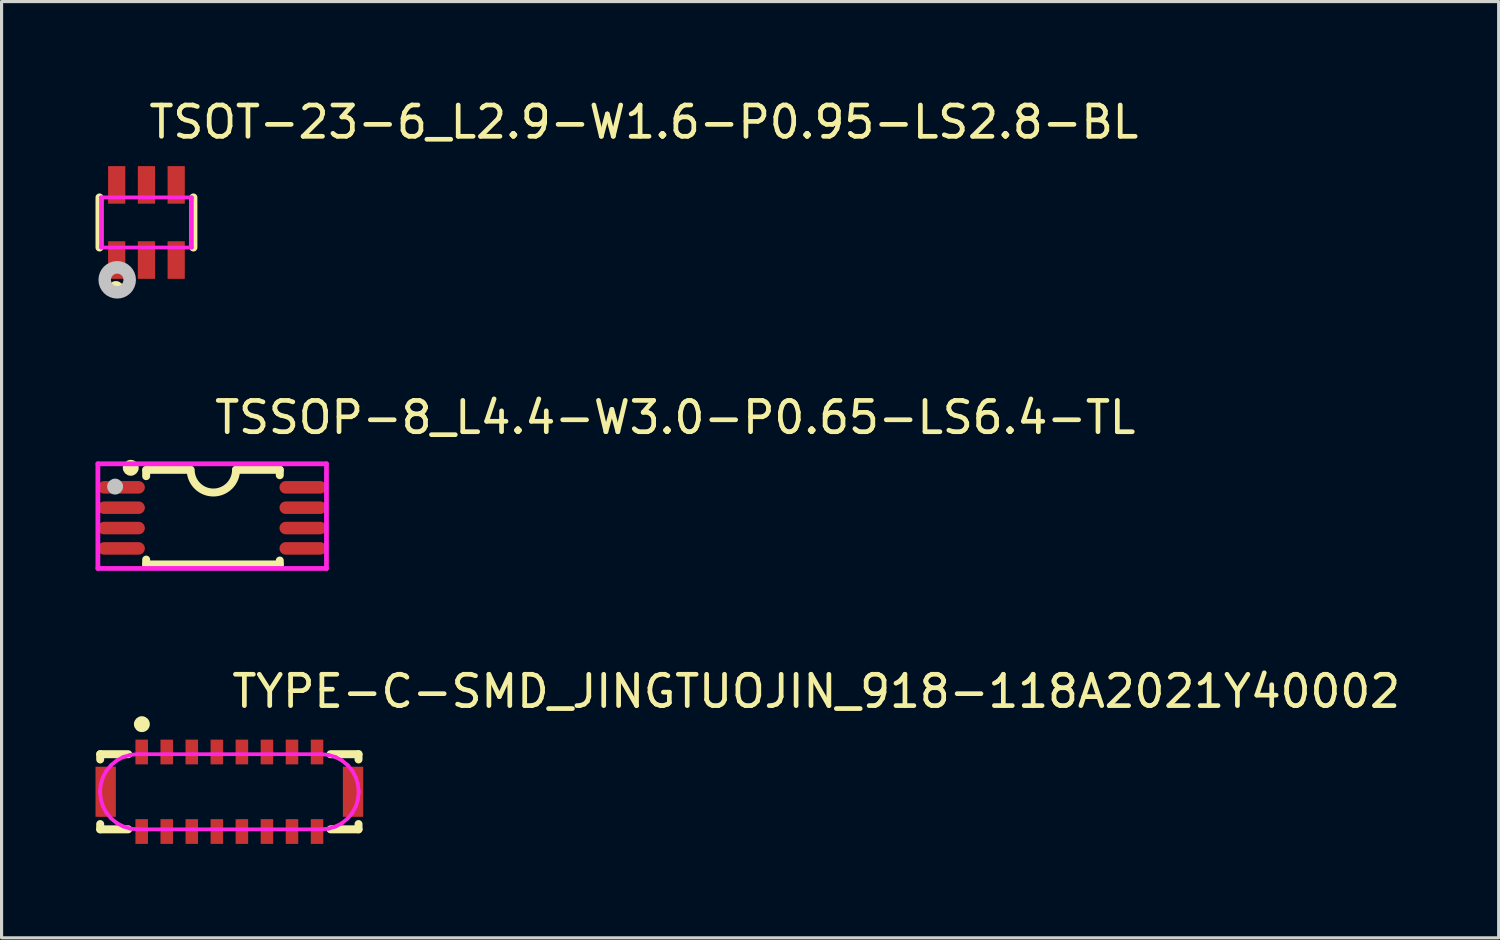
<source format=kicad_pcb>
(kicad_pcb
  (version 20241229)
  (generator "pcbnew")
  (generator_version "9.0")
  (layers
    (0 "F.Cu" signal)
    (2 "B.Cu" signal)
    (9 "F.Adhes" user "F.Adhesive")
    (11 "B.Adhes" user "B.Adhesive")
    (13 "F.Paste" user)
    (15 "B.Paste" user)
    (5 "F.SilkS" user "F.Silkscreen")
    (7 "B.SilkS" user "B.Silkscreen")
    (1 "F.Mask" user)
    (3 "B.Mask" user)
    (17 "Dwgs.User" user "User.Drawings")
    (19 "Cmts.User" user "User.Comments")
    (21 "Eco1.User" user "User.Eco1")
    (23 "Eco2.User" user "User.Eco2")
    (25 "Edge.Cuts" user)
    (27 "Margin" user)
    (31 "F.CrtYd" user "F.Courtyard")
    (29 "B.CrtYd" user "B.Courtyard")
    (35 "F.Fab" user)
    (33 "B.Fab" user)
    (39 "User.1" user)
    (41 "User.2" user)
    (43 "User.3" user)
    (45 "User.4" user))
  (footprint "TSOT-23-6_L2.9-W1.6-P0.95-LS2.8-BL"
    (layer "F.Cu")
    (at 1.627 4.055)
    (property "Reference" "TSOT-23-6_L2.9-W1.6-P0.95-LS2.8-BL" (at 0 -3.207 0) (layer "F.SilkS") (effects (font (size 1 1) (thickness 0.15)) (justify left)))
    (attr through_hole)
    (fp_line (start -1.5 0.8) (end -1.5 -0.8) (stroke (width 0.254) (type solid)) (layer "F.SilkS"))
    (fp_line (start 1.5 -0.8) (end 1.5 0.8) (stroke (width 0.254) (type solid)) (layer "F.SilkS"))
    (fp_circle (center -0.975 2.125) (end -0.848 2.125) (stroke (width 0.254) (type solid)) (fill no) (layer "F.SilkS"))
    (fp_circle (center -0.934 1.832) (end -0.735 1.832) (stroke (width 0.4) (type solid)) (fill no) (layer "Dwgs.User"))
    (fp_line (start -1.137 -1.01) (end -0.762 -1.01) (stroke (width 0.12) (type solid)) (layer "Eco2.User"))
    (fp_line (start -1.137 -0.79) (end -1.137 -1.01) (stroke (width 0.12) (type solid)) (layer "Eco2.User"))
    (fp_line (start -1.137 0.79) (end -0.762 0.79) (stroke (width 0.12) (type solid)) (layer "Eco2.User"))
    (fp_line (start -1.137 1.01) (end -1.137 0.79) (stroke (width 0.12) (type solid)) (layer "Eco2.User"))
    (fp_line (start -0.762 -1.01) (end -0.762 -0.79) (stroke (width 0.12) (type solid)) (layer "Eco2.User"))
    (fp_line (start -0.762 -0.79) (end -1.137 -0.79) (stroke (width 0.12) (type solid)) (layer "Eco2.User"))
    (fp_line (start -0.762 0.79) (end -0.762 1.01) (stroke (width 0.12) (type solid)) (layer "Eco2.User"))
    (fp_line (start -0.762 1.01) (end -1.137 1.01) (stroke (width 0.12) (type solid)) (layer "Eco2.User"))
    (fp_line (start -0.188 -1.01) (end 0.188 -1.01) (stroke (width 0.12) (type solid)) (layer "Eco2.User"))
    (fp_line (start -0.188 -0.79) (end -0.188 -1.01) (stroke (width 0.12) (type solid)) (layer "Eco2.User"))
    (fp_line (start -0.188 0.79) (end 0.188 0.79) (stroke (width 0.12) (type solid)) (layer "Eco2.User"))
    (fp_line (start -0.188 1.01) (end -0.188 0.79) (stroke (width 0.12) (type solid)) (layer "Eco2.User"))
    (fp_line (start 0.188 -1.01) (end 0.188 -0.79) (stroke (width 0.12) (type solid)) (layer "Eco2.User"))
    (fp_line (start 0.188 -0.79) (end -0.188 -0.79) (stroke (width 0.12) (type solid)) (layer "Eco2.User"))
    (fp_line (start 0.188 0.79) (end 0.188 1.01) (stroke (width 0.12) (type solid)) (layer "Eco2.User"))
    (fp_line (start 0.188 1.01) (end -0.188 1.01) (stroke (width 0.12) (type solid)) (layer "Eco2.User"))
    (fp_line (start 0.762 -1.01) (end 1.137 -1.01) (stroke (width 0.12) (type solid)) (layer "Eco2.User"))
    (fp_line (start 0.762 -0.79) (end 0.762 -1.01) (stroke (width 0.12) (type solid)) (layer "Eco2.User"))
    (fp_line (start 0.762 0.79) (end 1.137 0.79) (stroke (width 0.12) (type solid)) (layer "Eco2.User"))
    (fp_line (start 0.762 1.01) (end 0.762 0.79) (stroke (width 0.12) (type solid)) (layer "Eco2.User"))
    (fp_line (start 1.137 -1.01) (end 1.137 -0.79) (stroke (width 0.12) (type solid)) (layer "Eco2.User"))
    (fp_line (start 1.137 -0.79) (end 0.762 -0.79) (stroke (width 0.12) (type solid)) (layer "Eco2.User"))
    (fp_line (start 1.137 0.79) (end 1.137 1.01) (stroke (width 0.12) (type solid)) (layer "Eco2.User"))
    (fp_line (start 1.137 1.01) (end 0.762 1.01) (stroke (width 0.12) (type solid)) (layer "Eco2.User"))
    (fp_circle (center -1.45 1.4) (end -1.42 1.4) (stroke (width 0.06) (type solid)) (fill no) (layer "Eco2.User"))
    (fp_poly (pts (xy -1.137 -1) (xy -1.137 -1.4) (xy -0.762 -1.4) (xy -0.762 -1)) (stroke (width 0.12) (type solid)) (fill no) (layer "Eco2.User"))
    (fp_poly (pts (xy -1.137 1.4) (xy -1.137 1) (xy -0.762 1) (xy -0.762 1.4)) (stroke (width 0.12) (type solid)) (fill no) (layer "Eco2.User"))
    (fp_poly (pts (xy -0.188 -1) (xy -0.188 -1.4) (xy 0.188 -1.4) (xy 0.188 -1)) (stroke (width 0.12) (type solid)) (fill no) (layer "Eco2.User"))
    (fp_poly (pts (xy -0.188 1.4) (xy -0.188 1) (xy 0.188 1) (xy 0.188 1.4)) (stroke (width 0.12) (type solid)) (fill no) (layer "Eco2.User"))
    (fp_poly (pts (xy 0.762 -1) (xy 0.762 -1.4) (xy 1.137 -1.4) (xy 1.137 -1)) (stroke (width 0.12) (type solid)) (fill no) (layer "Eco2.User"))
    (fp_poly (pts (xy 0.762 1.4) (xy 0.762 1) (xy 1.137 1) (xy 1.137 1.4)) (stroke (width 0.12) (type solid)) (fill no) (layer "Eco2.User"))
    (fp_line (start -1.45 -0.8) (end -1.45 0.8) (stroke (width 0.12) (type solid)) (layer "F.CrtYd"))
    (fp_line (start -1.45 0.8) (end 1.45 0.8) (stroke (width 0.12) (type solid)) (layer "F.CrtYd"))
    (fp_line (start 1.45 -0.8) (end -1.45 -0.8) (stroke (width 0.12) (type solid)) (layer "F.CrtYd"))
    (fp_line (start 1.45 0.8) (end 1.45 -0.8) (stroke (width 0.12) (type solid)) (layer "F.CrtYd"))
    (pad "1" smd rect (at -0.95 1.2) (size 0.55 1.2) (layers "F.Cu" "F.Mask" "F.Paste"))
    (pad "2" smd rect (at 0 1.2) (size 0.55 1.2) (layers "F.Cu" "F.Mask" "F.Paste"))
    (pad "3" smd rect (at 0.95 1.2) (size 0.55 1.2) (layers "F.Cu" "F.Mask" "F.Paste"))
    (pad "4" smd rect (at 0.95 -1.2) (size 0.55 1.2) (layers "F.Cu" "F.Mask" "F.Paste"))
    (pad "5" smd rect (at 0 -1.2) (size 0.55 1.2) (layers "F.Cu" "F.Mask" "F.Paste"))
    (pad "6" smd rect (at -0.95 -1.2) (size 0.55 1.2) (layers "F.Cu" "F.Mask" "F.Paste")))
  (footprint "TSSOP-8_L4.4-W3.0-P0.65-LS6.4-TL"
    (layer "F.Cu")
    (at 3.726 13.489)
    (property "Reference" "TSSOP-8_L4.4-W3.0-P0.65-LS6.4-TL" (at 0 -3.207 0) (layer "F.SilkS") (effects (font (size 1 1) (thickness 0.15)) (justify left)))
    (attr through_hole)
    (fp_line (start -2.108 -1.534) (end -0.711 -1.534) (stroke (width 0.254) (type solid)) (layer "F.SilkS"))
    (fp_line (start -2.108 -1.332) (end -2.108 -1.509) (stroke (width 0.254) (type solid)) (layer "F.SilkS"))
    (fp_line (start -2.108 1.488) (end -2.108 1.332) (stroke (width 0.254) (type solid)) (layer "F.SilkS"))
    (fp_line (start 0.762 -1.534) (end 2.159 -1.534) (stroke (width 0.254) (type solid)) (layer "F.SilkS"))
    (fp_line (start 2.159 -1.534) (end 2.159 -1.362) (stroke (width 0.254) (type solid)) (layer "F.SilkS"))
    (fp_line (start 2.159 1.362) (end 2.159 1.488) (stroke (width 0.254) (type solid)) (layer "F.SilkS"))
    (fp_line (start 2.159 1.488) (end -2.108 1.488) (stroke (width 0.254) (type solid)) (layer "F.SilkS"))
    (fp_arc (start -2.473 -1.594) (mid -2.727102 -1.603183) (end -2.472859 -1.599635) (stroke (width 0.254) (type solid)) (layer "F.SilkS"))
    (fp_arc (start 0.762 -1.534) (mid 0.038 -0.81) (end -0.686 -1.534) (stroke (width 0.254) (type solid)) (layer "F.SilkS"))
    (fp_arc (start -2.973 -0.994) (mid -3.227102 -1.003183) (end -2.972859 -0.999635) (stroke (width 0.254) (type solid)) (layer "Dwgs.User"))
    (fp_line (start -3.65 -1.727) (end 3.65 -1.727) (stroke (width 0.152) (type solid)) (layer "F.CrtYd"))
    (fp_line (start -3.65 1.615) (end -3.65 -1.727) (stroke (width 0.152) (type solid)) (layer "F.CrtYd"))
    (fp_line (start 3.65 -1.727) (end 3.65 1.615) (stroke (width 0.152) (type solid)) (layer "F.CrtYd"))
    (fp_line (start 3.65 1.615) (end -3.65 1.615) (stroke (width 0.152) (type solid)) (layer "F.CrtYd"))
    (pad "1" smd oval (at -2.9 -0.975 90) (size 0.4 1.5) (layers "F.Cu" "F.Mask" "F.Paste"))
    (pad "2" smd oval (at -2.9 -0.325 90) (size 0.4 1.5) (layers "F.Cu" "F.Mask" "F.Paste"))
    (pad "3" smd oval (at -2.9 0.325 90) (size 0.4 1.5) (layers "F.Cu" "F.Mask" "F.Paste"))
    (pad "4" smd oval (at -2.9 0.975 90) (size 0.4 1.5) (layers "F.Cu" "F.Mask" "F.Paste"))
    (pad "5" smd oval (at 2.9 0.975 90) (size 0.4 1.5) (layers "F.Cu" "F.Mask" "F.Paste"))
    (pad "6" smd oval (at 2.9 0.325 90) (size 0.4 1.5) (layers "F.Cu" "F.Mask" "F.Paste"))
    (pad "7" smd oval (at 2.9 -0.325 90) (size 0.4 1.5) (layers "F.Cu" "F.Mask" "F.Paste"))
    (pad "8" smd oval (at 2.9 -0.975 90) (size 0.4 1.5) (layers "F.Cu" "F.Mask" "F.Paste")))
  (footprint "TYPE-C-SMD_JINGTUOJIN_918-118A2021Y40002"
    (layer "F.Cu")
    (at 4.275 22.236)
    (property "Reference" "TYPE-C-SMD_JINGTUOJIN_918-118A2021Y40002" (at 0 -3.207 0) (layer "F.SilkS") (effects (font (size 1 1) (thickness 0.15)) (justify left)))
    (attr through_hole)
    (fp_line (start -4.125 -1.2) (end -4.125 -1.031) (stroke (width 0.254) (type solid)) (layer "F.SilkS"))
    (fp_line (start -4.125 -1.2) (end -3.231 -1.2) (stroke (width 0.254) (type solid)) (layer "F.SilkS"))
    (fp_line (start -4.125 1.031) (end -4.125 1.2) (stroke (width 0.254) (type solid)) (layer "F.SilkS"))
    (fp_line (start -4.125 1.2) (end -3.231 1.2) (stroke (width 0.254) (type solid)) (layer "F.SilkS"))
    (fp_line (start 3.231 -1.2) (end 4.125 -1.2) (stroke (width 0.254) (type solid)) (layer "F.SilkS"))
    (fp_line (start 3.231 1.2) (end 4.125 1.2) (stroke (width 0.254) (type solid)) (layer "F.SilkS"))
    (fp_line (start 4.125 -1.2) (end 4.125 -1.031) (stroke (width 0.254) (type solid)) (layer "F.SilkS"))
    (fp_line (start 4.125 1.031) (end 4.125 1.2) (stroke (width 0.254) (type solid)) (layer "F.SilkS"))
    (fp_circle (center -2.794 -2.159) (end -2.667 -2.159) (stroke (width 0.254) (type solid)) (fill no) (layer "F.SilkS"))
    (fp_circle (center -4.13 -1.44) (end -4.1 -1.44) (stroke (width 0.06) (type solid)) (fill no) (layer "Eco2.User"))
    (fp_poly (pts (xy -2.925 -1.44) (xy -2.675 -1.44) (xy -2.675 -0.94) (xy -2.925 -0.94)) (stroke (width 0.12) (type solid)) (fill no) (layer "Eco2.User"))
    (fp_poly (pts (xy -2.925 0.94) (xy -2.675 0.94) (xy -2.675 1.44) (xy -2.925 1.44)) (stroke (width 0.12) (type solid)) (fill no) (layer "Eco2.User"))
    (fp_poly (pts (xy -2.125 -1.44) (xy -1.875 -1.44) (xy -1.875 -0.94) (xy -2.125 -0.94)) (stroke (width 0.12) (type solid)) (fill no) (layer "Eco2.User"))
    (fp_poly (pts (xy -2.125 0.94) (xy -1.875 0.94) (xy -1.875 1.44) (xy -2.125 1.44)) (stroke (width 0.12) (type solid)) (fill no) (layer "Eco2.User"))
    (fp_poly (pts (xy -1.325 -1.44) (xy -1.075 -1.44) (xy -1.075 -0.94) (xy -1.325 -0.94)) (stroke (width 0.12) (type solid)) (fill no) (layer "Eco2.User"))
    (fp_poly (pts (xy -1.325 0.94) (xy -1.075 0.94) (xy -1.075 1.44) (xy -1.325 1.44)) (stroke (width 0.12) (type solid)) (fill no) (layer "Eco2.User"))
    (fp_poly (pts (xy -0.525 -1.44) (xy -0.275 -1.44) (xy -0.275 -0.94) (xy -0.525 -0.94)) (stroke (width 0.12) (type solid)) (fill no) (layer "Eco2.User"))
    (fp_poly (pts (xy -0.525 0.94) (xy -0.275 0.94) (xy -0.275 1.44) (xy -0.525 1.44)) (stroke (width 0.12) (type solid)) (fill no) (layer "Eco2.User"))
    (fp_poly (pts (xy 0.275 -1.44) (xy 0.525 -1.44) (xy 0.525 -0.94) (xy 0.275 -0.94)) (stroke (width 0.12) (type solid)) (fill no) (layer "Eco2.User"))
    (fp_poly (pts (xy 0.275 0.94) (xy 0.525 0.94) (xy 0.525 1.44) (xy 0.275 1.44)) (stroke (width 0.12) (type solid)) (fill no) (layer "Eco2.User"))
    (fp_poly (pts (xy 1.075 -1.44) (xy 1.325 -1.44) (xy 1.325 -0.94) (xy 1.075 -0.94)) (stroke (width 0.12) (type solid)) (fill no) (layer "Eco2.User"))
    (fp_poly (pts (xy 1.075 0.94) (xy 1.325 0.94) (xy 1.325 1.44) (xy 1.075 1.44)) (stroke (width 0.12) (type solid)) (fill no) (layer "Eco2.User"))
    (fp_poly (pts (xy 1.875 -1.44) (xy 2.125 -1.44) (xy 2.125 -0.94) (xy 1.875 -0.94)) (stroke (width 0.12) (type solid)) (fill no) (layer "Eco2.User"))
    (fp_poly (pts (xy 1.875 0.94) (xy 2.125 0.94) (xy 2.125 1.44) (xy 1.875 1.44)) (stroke (width 0.12) (type solid)) (fill no) (layer "Eco2.User"))
    (fp_poly (pts (xy 2.67 -1.44) (xy 2.92 -1.44) (xy 2.92 -0.94) (xy 2.67 -0.94)) (stroke (width 0.12) (type solid)) (fill no) (layer "Eco2.User"))
    (fp_poly (pts (xy 2.67 0.94) (xy 2.92 0.94) (xy 2.92 1.44) (xy 2.67 1.44)) (stroke (width 0.12) (type solid)) (fill no) (layer "Eco2.User"))
    (fp_poly (pts (xy -3.66 0.79) (xy -3.81 0.79) (xy -3.942 0.63) (xy -4.039 0.447) (xy -4.1 0.248) (xy -4.12 0.042) (xy -4.12 -0.01) (xy -4.12 -0.066) (xy -4.1 -0.266) (xy -4.042 -0.458) (xy -3.947 -0.635) (xy -3.82 -0.79) (xy -3.815 -0.786) (xy -3.809 -0.783) (xy -3.803 -0.781) (xy -3.796 -0.78) (xy -3.65 -0.78) (xy -3.65 0.79)) (stroke (width 0.12) (type solid)) (fill no) (layer "Eco2.User"))
    (fp_poly (pts (xy 3.66 -0.79) (xy 3.81 -0.79) (xy 3.942 -0.63) (xy 4.039 -0.447) (xy 4.1 -0.248) (xy 4.12 -0.042) (xy 4.12 0.01) (xy 4.12 0.066) (xy 4.1 0.266) (xy 4.042 0.458) (xy 3.947 0.635) (xy 3.82 0.79) (xy 3.815 0.786) (xy 3.809 0.783) (xy 3.803 0.781) (xy 3.796 0.78) (xy 3.65 0.78) (xy 3.65 -0.79)) (stroke (width 0.12) (type solid)) (fill no) (layer "Eco2.User"))
    (fp_line (start -4.13 0) (end -4.13 0) (stroke (width 0.12) (type solid)) (layer "F.CrtYd"))
    (fp_line (start -4.13 0) (end -4.107 0.234) (stroke (width 0.12) (type solid)) (layer "F.CrtYd"))
    (fp_line (start -4.107 -0.234) (end -4.13 0) (stroke (width 0.12) (type solid)) (layer "F.CrtYd"))
    (fp_line (start -4.107 0.234) (end -4.039 0.459) (stroke (width 0.12) (type solid)) (layer "F.CrtYd"))
    (fp_line (start -4.039 -0.459) (end -4.107 -0.234) (stroke (width 0.12) (type solid)) (layer "F.CrtYd"))
    (fp_line (start -4.039 0.459) (end -3.928 0.667) (stroke (width 0.12) (type solid)) (layer "F.CrtYd"))
    (fp_line (start -3.928 -0.667) (end -4.039 -0.459) (stroke (width 0.12) (type solid)) (layer "F.CrtYd"))
    (fp_line (start -3.928 0.667) (end -3.778 0.849) (stroke (width 0.12) (type solid)) (layer "F.CrtYd"))
    (fp_line (start -3.778 -0.849) (end -3.928 -0.667) (stroke (width 0.12) (type solid)) (layer "F.CrtYd"))
    (fp_line (start -3.778 0.849) (end -3.597 0.998) (stroke (width 0.12) (type solid)) (layer "F.CrtYd"))
    (fp_line (start -3.597 -0.998) (end -3.778 -0.849) (stroke (width 0.12) (type solid)) (layer "F.CrtYd"))
    (fp_line (start -3.597 0.998) (end -3.389 1.109) (stroke (width 0.12) (type solid)) (layer "F.CrtYd"))
    (fp_line (start -3.389 -1.109) (end -3.597 -0.998) (stroke (width 0.12) (type solid)) (layer "F.CrtYd"))
    (fp_line (start -3.389 1.109) (end -3.164 1.177) (stroke (width 0.12) (type solid)) (layer "F.CrtYd"))
    (fp_line (start -3.164 -1.177) (end -3.389 -1.109) (stroke (width 0.12) (type solid)) (layer "F.CrtYd"))
    (fp_line (start -3.164 1.177) (end -2.93 1.2) (stroke (width 0.12) (type solid)) (layer "F.CrtYd"))
    (fp_line (start -2.93 -1.2) (end -3.164 -1.177) (stroke (width 0.12) (type solid)) (layer "F.CrtYd"))
    (fp_line (start -2.93 1.2) (end -2.92 1.2) (stroke (width 0.12) (type solid)) (layer "F.CrtYd"))
    (fp_line (start -2.92 1.2) (end 2.94 1.2) (stroke (width 0.12) (type solid)) (layer "F.CrtYd"))
    (fp_line (start 2.93 -1.2) (end -2.93 -1.2) (stroke (width 0.12) (type solid)) (layer "F.CrtYd"))
    (fp_line (start 2.94 1.2) (end 3.172 1.177) (stroke (width 0.12) (type solid)) (layer "F.CrtYd"))
    (fp_line (start 3.164 -1.177) (end 2.93 -1.2) (stroke (width 0.12) (type solid)) (layer "F.CrtYd"))
    (fp_line (start 3.172 1.177) (end 3.395 1.109) (stroke (width 0.12) (type solid)) (layer "F.CrtYd"))
    (fp_line (start 3.389 -1.109) (end 3.164 -1.177) (stroke (width 0.12) (type solid)) (layer "F.CrtYd"))
    (fp_line (start 3.395 1.109) (end 3.601 0.999) (stroke (width 0.12) (type solid)) (layer "F.CrtYd"))
    (fp_line (start 3.597 -0.998) (end 3.389 -1.109) (stroke (width 0.12) (type solid)) (layer "F.CrtYd"))
    (fp_line (start 3.601 0.999) (end 3.781 0.851) (stroke (width 0.12) (type solid)) (layer "F.CrtYd"))
    (fp_line (start 3.779 -0.849) (end 3.597 -0.998) (stroke (width 0.12) (type solid)) (layer "F.CrtYd"))
    (fp_line (start 3.781 0.851) (end 3.929 0.671) (stroke (width 0.12) (type solid)) (layer "F.CrtYd"))
    (fp_line (start 3.928 -0.667) (end 3.779 -0.849) (stroke (width 0.12) (type solid)) (layer "F.CrtYd"))
    (fp_line (start 3.929 0.671) (end 4.039 0.465) (stroke (width 0.12) (type solid)) (layer "F.CrtYd"))
    (fp_line (start 4.039 -0.459) (end 3.928 -0.667) (stroke (width 0.12) (type solid)) (layer "F.CrtYd"))
    (fp_line (start 4.039 0.465) (end 4.107 0.242) (stroke (width 0.12) (type solid)) (layer "F.CrtYd"))
    (fp_line (start 4.107 -0.234) (end 4.039 -0.459) (stroke (width 0.12) (type solid)) (layer "F.CrtYd"))
    (fp_line (start 4.107 0.242) (end 4.13 0.01) (stroke (width 0.12) (type solid)) (layer "F.CrtYd"))
    (fp_line (start 4.13 0) (end 4.107 -0.234) (stroke (width 0.12) (type solid)) (layer "F.CrtYd"))
    (fp_line (start 4.13 0) (end 4.13 0) (stroke (width 0.12) (type solid)) (layer "F.CrtYd"))
    (fp_line (start 4.13 0.01) (end 4.13 0) (stroke (width 0.12) (type solid)) (layer "F.CrtYd"))
    (pad "1" smd rect (at -2.8 -1.27) (size 0.4 0.79) (layers "F.Cu" "F.Mask" "F.Paste"))
    (pad "2" smd rect (at -2 -1.27) (size 0.4 0.79) (layers "F.Cu" "F.Mask" "F.Paste"))
    (pad "3" smd rect (at -1.2 -1.27) (size 0.4 0.79) (layers "F.Cu" "F.Mask" "F.Paste"))
    (pad "4" smd rect (at -0.4 -1.27) (size 0.4 0.79) (layers "F.Cu" "F.Mask" "F.Paste"))
    (pad "5" smd rect (at 0.4 -1.27) (size 0.4 0.79) (layers "F.Cu" "F.Mask" "F.Paste"))
    (pad "6" smd rect (at 1.2 -1.27) (size 0.4 0.79) (layers "F.Cu" "F.Mask" "F.Paste"))
    (pad "7" smd rect (at 2 -1.27) (size 0.4 0.79) (layers "F.Cu" "F.Mask" "F.Paste"))
    (pad "8" smd rect (at 2.8 -1.27) (size 0.4 0.79) (layers "F.Cu" "F.Mask" "F.Paste"))
    (pad "9" smd rect (at -2.8 1.27) (size 0.4 0.79) (layers "F.Cu" "F.Mask" "F.Paste"))
    (pad "10" smd rect (at -2 1.27) (size 0.4 0.79) (layers "F.Cu" "F.Mask" "F.Paste"))
    (pad "11" smd rect (at -1.2 1.27) (size 0.4 0.79) (layers "F.Cu" "F.Mask" "F.Paste"))
    (pad "12" smd rect (at -0.4 1.27) (size 0.4 0.79) (layers "F.Cu" "F.Mask" "F.Paste"))
    (pad "13" smd rect (at 0.4 1.27) (size 0.4 0.79) (layers "F.Cu" "F.Mask" "F.Paste"))
    (pad "14" smd rect (at 1.2 1.27) (size 0.4 0.79) (layers "F.Cu" "F.Mask" "F.Paste"))
    (pad "15" smd rect (at 2 1.27) (size 0.4 0.79) (layers "F.Cu" "F.Mask" "F.Paste"))
    (pad "16" smd rect (at 2.8 1.27) (size 0.4 0.79) (layers "F.Cu" "F.Mask" "F.Paste"))
    (pad "17" smd rect (at 3.95 0) (size 0.65 1.6) (layers "F.Cu" "F.Mask" "F.Paste"))
    (pad "18" smd rect (at -3.95 0) (size 0.65 1.6) (layers "F.Cu" "F.Mask" "F.Paste")))
  (gr_rect
    (start -3 -3)
    (end 44.811 26.901)
    (stroke (width 0.1) (type default))
    (fill no)
    (layer "Edge.Cuts")))
</source>
